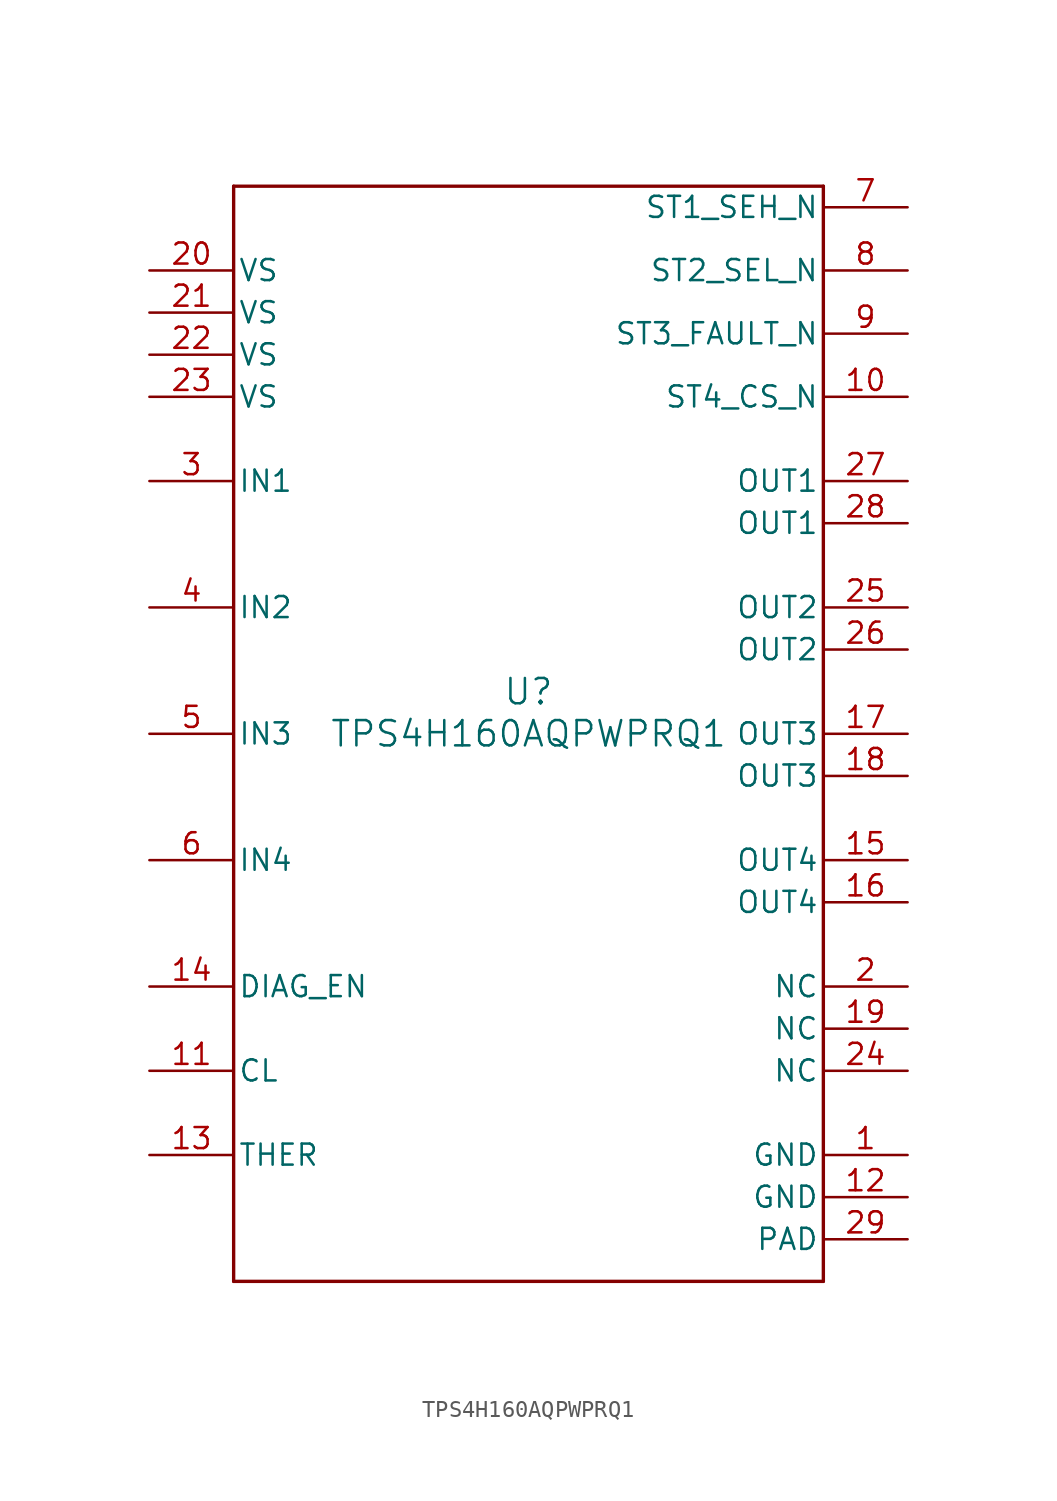
<source format=kicad_sym>
(kicad_symbol_lib
  (version 20241209)
  (generator "kicad_symbol_editor")
  (generator_version "9.0")
  (symbol "TPS4H160AQPWPRQ1"
    (pin_names
      (offset 0.254))
    (property "Reference" "U"
      (at 0 2.54 0)
      (effects (font (size 1.524 1.524))))
    (property "Value" "TPS4H160AQPWPRQ1"
      (at 0 0 0)
      (effects (font (size 1.524 1.524))))
    (property "ki_locked" ""
      (at 0 0 0)
      (effects (font (size 1.27 1.27))))
    (symbol "TPS4H160AQPWPRQ1_0_1"
      (polyline (pts (xy -17.78 33.02) (xy -17.78 -33.02)) (stroke (width 0.203) (type default)) (fill (type none)))
      (polyline (pts (xy -17.78 -33.02) (xy 17.78 -33.02)) (stroke (width 0.203) (type default)) (fill (type none)))
      (polyline (pts (xy 17.78 33.02) (xy -17.78 33.02)) (stroke (width 0.203) (type default)) (fill (type none)))
      (polyline (pts (xy 17.78 -33.02) (xy 17.78 33.02)) (stroke (width 0.203) (type default)) (fill (type none)))
      (pin power_in line (at -22.86 27.94 0) (length 5.08) (name "VS" (effects (font (size 1.27 1.27)))) (number "20" (effects (font (size 1.27 1.27)))))
      (pin power_in line (at -22.86 25.4 0) (length 5.08) (name "VS" (effects (font (size 1.27 1.27)))) (number "21" (effects (font (size 1.27 1.27)))))
      (pin power_in line (at -22.86 22.86 0) (length 5.08) (name "VS" (effects (font (size 1.27 1.27)))) (number "22" (effects (font (size 1.27 1.27)))))
      (pin power_in line (at -22.86 20.32 0) (length 5.08) (name "VS" (effects (font (size 1.27 1.27)))) (number "23" (effects (font (size 1.27 1.27)))))
      (pin input line (at -22.86 15.24 0) (length 5.08) (name "IN1" (effects (font (size 1.27 1.27)))) (number "3" (effects (font (size 1.27 1.27)))))
      (pin input line (at -22.86 7.62 0) (length 5.08) (name "IN2" (effects (font (size 1.27 1.27)))) (number "4" (effects (font (size 1.27 1.27)))))
      (pin input line (at -22.86 0 0) (length 5.08) (name "IN3" (effects (font (size 1.27 1.27)))) (number "5" (effects (font (size 1.27 1.27)))))
      (pin input line (at -22.86 -7.62 0) (length 5.08) (name "IN4" (effects (font (size 1.27 1.27)))) (number "6" (effects (font (size 1.27 1.27)))))
      (pin input line (at -22.86 -15.24 0) (length 5.08) (name "DIAG_EN" (effects (font (size 1.27 1.27)))) (number "14" (effects (font (size 1.27 1.27)))))
      (pin output line (at -22.86 -20.32 0) (length 5.08) (name "CL" (effects (font (size 1.27 1.27)))) (number "11" (effects (font (size 1.27 1.27)))))
      (pin input line (at -22.86 -25.4 0) (length 5.08) (name "THER" (effects (font (size 1.27 1.27)))) (number "13" (effects (font (size 1.27 1.27)))))
      (pin bidirectional line (at 22.86 31.75 180) (length 5.08) (name "ST1_SEH_N" (effects (font (size 1.27 1.27)))) (number "7" (effects (font (size 1.27 1.27)))))
      (pin bidirectional line (at 22.86 27.94 180) (length 5.08) (name "ST2_SEL_N" (effects (font (size 1.27 1.27)))) (number "8" (effects (font (size 1.27 1.27)))))
      (pin open_collector line (at 22.86 24.13 180) (length 5.08) (name "ST3_FAULT_N" (effects (font (size 1.27 1.27)))) (number "9" (effects (font (size 1.27 1.27)))))
      (pin bidirectional line (at 22.86 20.32 180) (length 5.08) (name "ST4_CS_N" (effects (font (size 1.27 1.27)))) (number "10" (effects (font (size 1.27 1.27)))))
      (pin output line (at 22.86 15.24 180) (length 5.08) (name "OUT1" (effects (font (size 1.27 1.27)))) (number "27" (effects (font (size 1.27 1.27)))))
      (pin output line (at 22.86 12.7 180) (length 5.08) (name "OUT1" (effects (font (size 1.27 1.27)))) (number "28" (effects (font (size 1.27 1.27)))))
      (pin output line (at 22.86 7.62 180) (length 5.08) (name "OUT2" (effects (font (size 1.27 1.27)))) (number "25" (effects (font (size 1.27 1.27)))))
      (pin output line (at 22.86 5.08 180) (length 5.08) (name "OUT2" (effects (font (size 1.27 1.27)))) (number "26" (effects (font (size 1.27 1.27)))))
      (pin output line (at 22.86 0 180) (length 5.08) (name "OUT3" (effects (font (size 1.27 1.27)))) (number "17" (effects (font (size 1.27 1.27)))))
      (pin output line (at 22.86 -2.54 180) (length 5.08) (name "OUT3" (effects (font (size 1.27 1.27)))) (number "18" (effects (font (size 1.27 1.27)))))
      (pin output line (at 22.86 -7.62 180) (length 5.08) (name "OUT4" (effects (font (size 1.27 1.27)))) (number "15" (effects (font (size 1.27 1.27)))))
      (pin output line (at 22.86 -10.16 180) (length 5.08) (name "OUT4" (effects (font (size 1.27 1.27)))) (number "16" (effects (font (size 1.27 1.27)))))
      (pin unspecified line (at 22.86 -15.24 180) (length 5.08) (name "NC" (effects (font (size 1.27 1.27)))) (number "2" (effects (font (size 1.27 1.27)))))
      (pin unspecified line (at 22.86 -17.78 180) (length 5.08) (name "NC" (effects (font (size 1.27 1.27)))) (number "19" (effects (font (size 1.27 1.27)))))
      (pin unspecified line (at 22.86 -20.32 180) (length 5.08) (name "NC" (effects (font (size 1.27 1.27)))) (number "24" (effects (font (size 1.27 1.27)))))
      (pin power_in line (at 22.86 -25.4 180) (length 5.08) (name "GND" (effects (font (size 1.27 1.27)))) (number "1" (effects (font (size 1.27 1.27)))))
      (pin power_in line (at 22.86 -27.94 180) (length 5.08) (name "GND" (effects (font (size 1.27 1.27)))) (number "12" (effects (font (size 1.27 1.27)))))
      (pin power_in line (at 22.86 -30.48 180) (length 5.08) (name "PAD" (effects (font (size 1.27 1.27)))) (number "29" (effects (font (size 1.27 1.27))))))))
</source>
